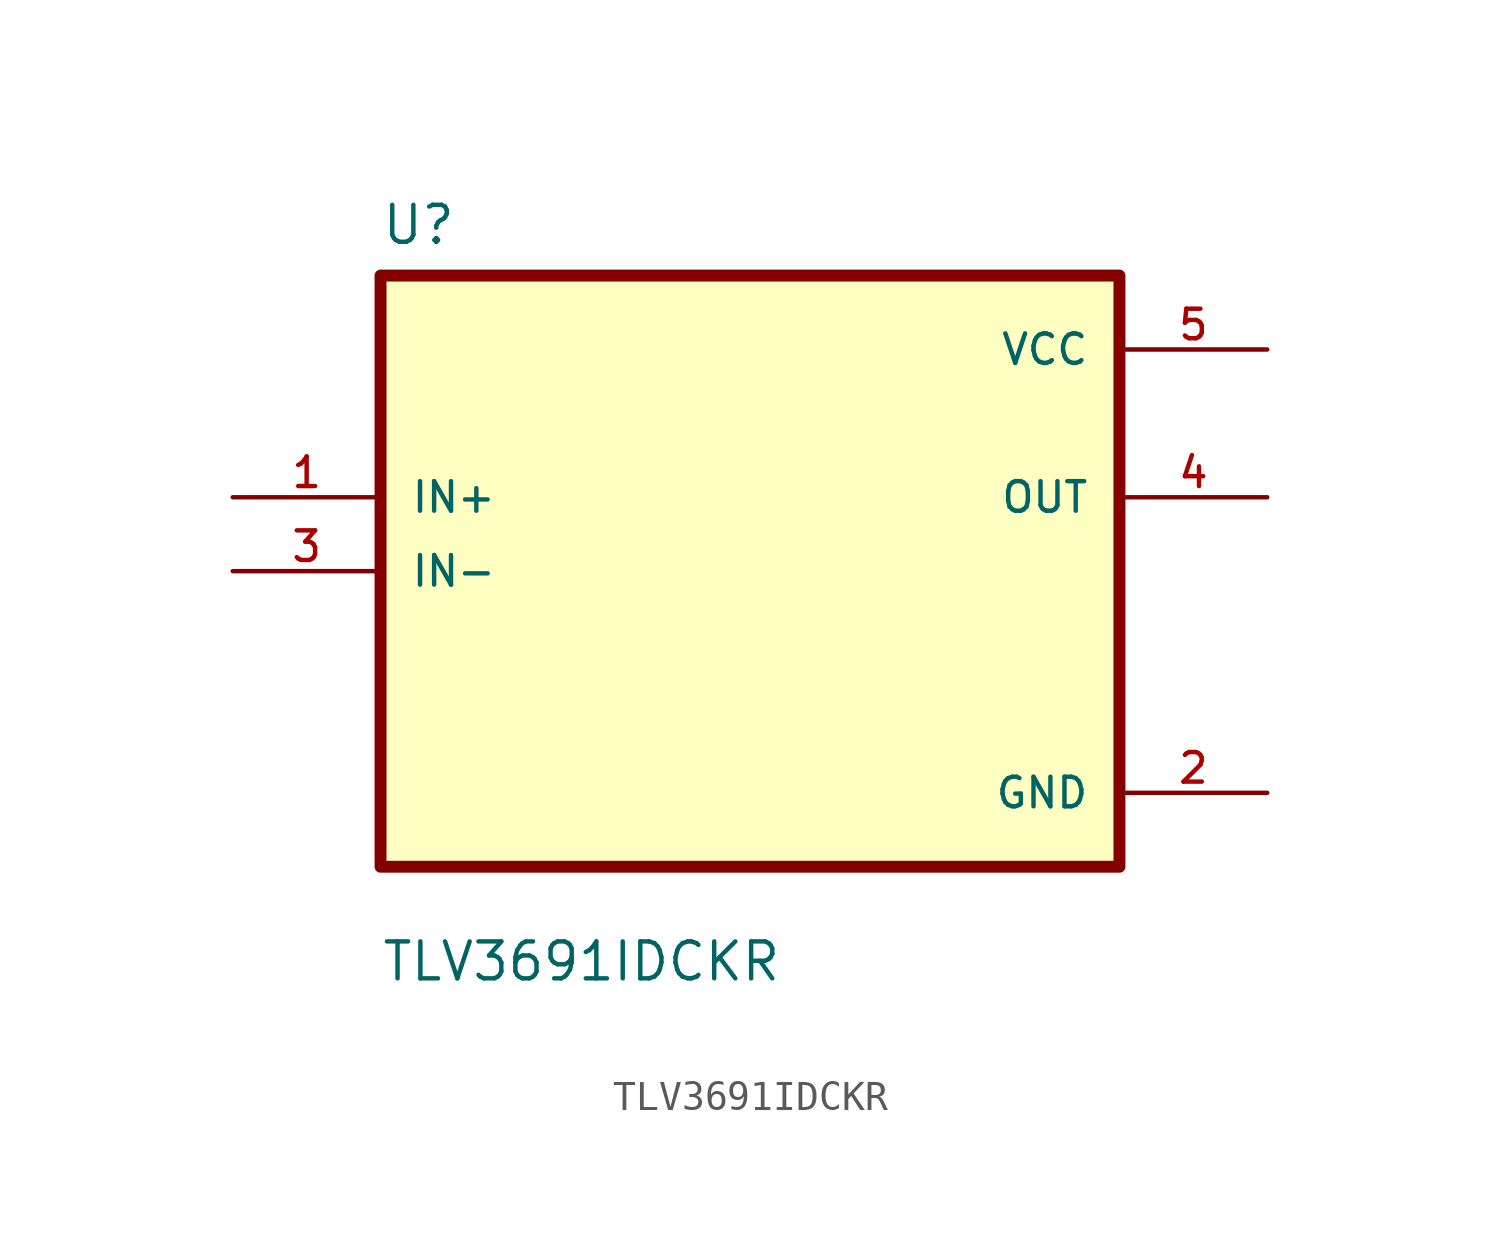
<source format=kicad_sym>
(kicad_symbol_lib
  (version 20211014)
  (generator kicad_symbol_editor)
  (symbol "TLV3691IDCKR"
    (pin_names
      (offset 1.016))
    (property "Reference" "U"
      (at -12.7 11.16 0.0)
      (effects (font (size 1.27 1.27)) (justify bottom left)))
    (property "Value" "TLV3691IDCKR"
      (at -12.7 -14.16 0.0)
      (effects (font (size 1.27 1.27)) (justify bottom left)))
    (symbol "TLV3691IDCKR_0_0"
      (rectangle (start -12.7 -10.16) (end 12.7 10.16) (stroke (width 0.41)) (fill (type background)))
      (pin input line (at -17.78 2.54 0) (length 5.08) (name "IN+" (effects (font (size 1.016 1.016)))) (number "1" (effects (font (size 1.016 1.016)))))
      (pin input line (at -17.78 0.0 0) (length 5.08) (name "IN-" (effects (font (size 1.016 1.016)))) (number "3" (effects (font (size 1.016 1.016)))))
      (pin power_in line (at 17.78 7.62 180.0) (length 5.08) (name "VCC" (effects (font (size 1.016 1.016)))) (number "5" (effects (font (size 1.016 1.016)))))
      (pin output line (at 17.78 2.54 180.0) (length 5.08) (name "OUT" (effects (font (size 1.016 1.016)))) (number "4" (effects (font (size 1.016 1.016)))))
      (pin power_in line (at 17.78 -7.62 180.0) (length 5.08) (name "GND" (effects (font (size 1.016 1.016)))) (number "2" (effects (font (size 1.016 1.016))))))))
</source>
